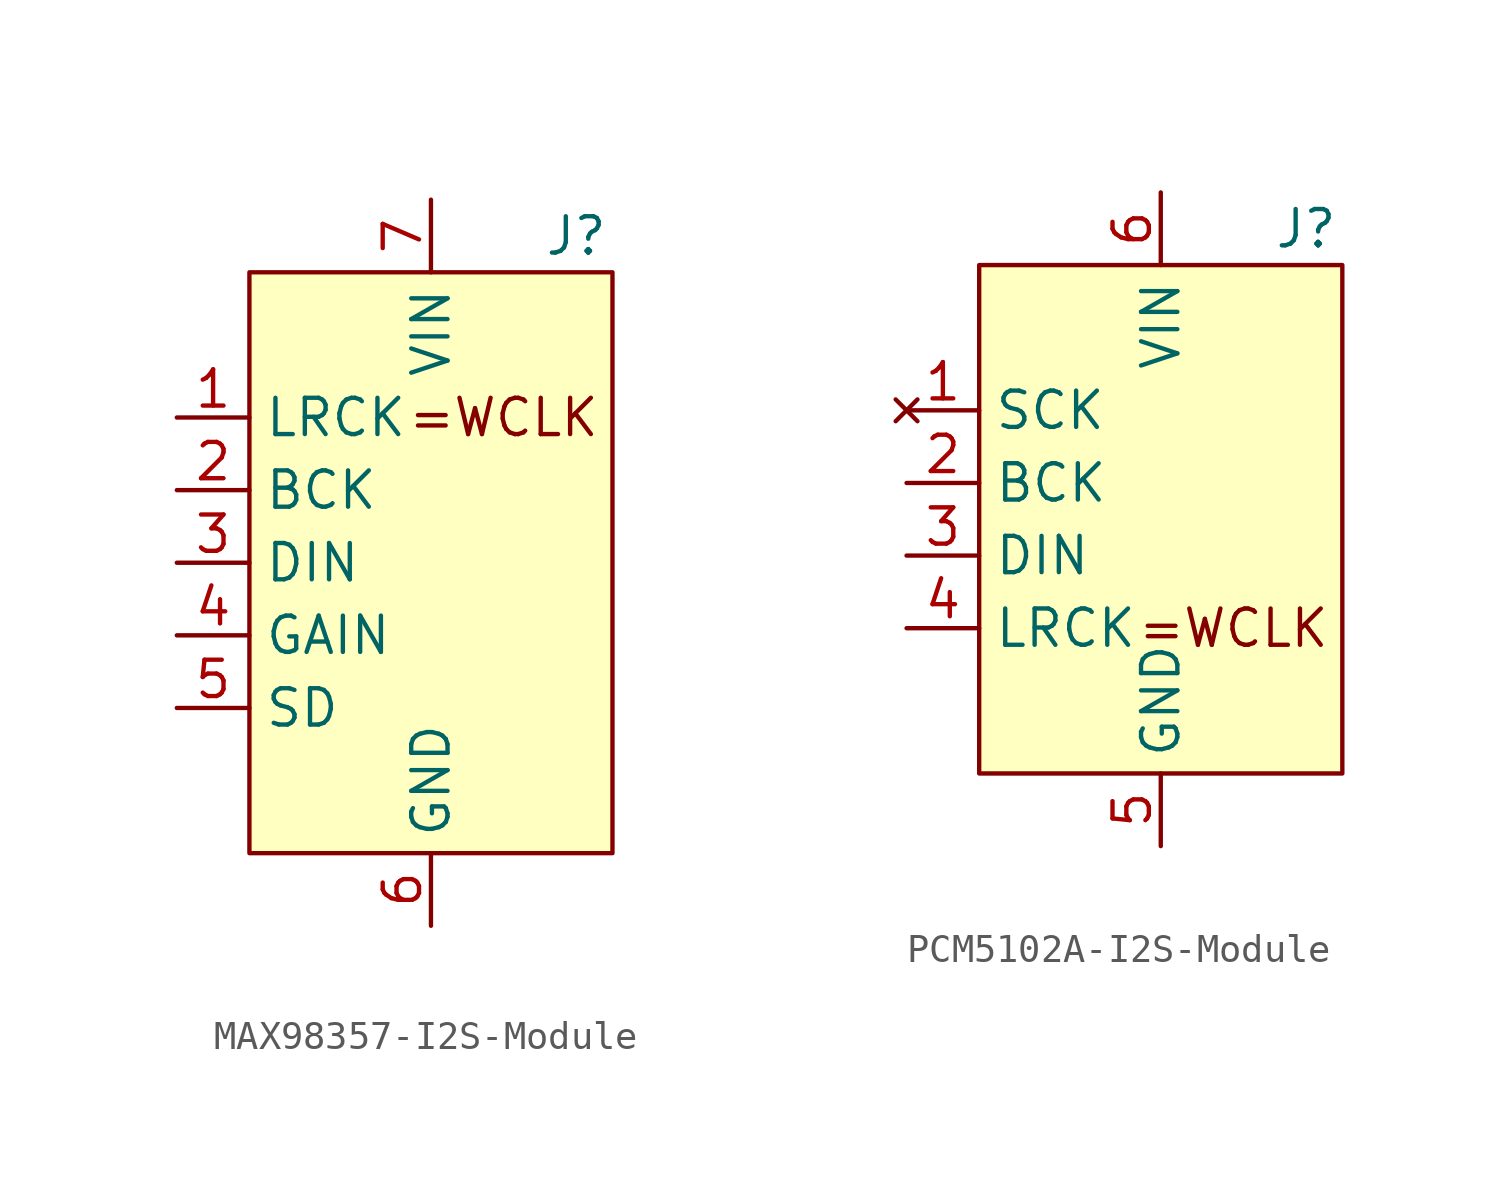
<source format=kicad_sym>
(kicad_symbol_lib
  (version 20220914)
  (generator kicad_symbol_editor)
  (symbol "MAX98357-I2S-Module"
    (property "Reference" "J"
      (at 5.08 11.43 0)
      (effects (font (size 1.27 1.27))))
    (property "Value" ""
      (at -6.35 8.89 0)
      (effects (font (size 1.27 1.27))))
    (symbol "MAX98357-I2S-Module_1_1"
      (rectangle (start -6.35 10.16) (end 6.35 -10.16) (stroke (width 0) (type default)) (fill (type background)))
      (text "=WCLK" (at 2.54 5.08 0) (effects (font (size 1.27 1.27))))
      (pin input line (at -8.89 5.08 0) (length 2.54) (name "LRCK" (effects (font (size 1.27 1.27)))) (number "1" (effects (font (size 1.27 1.27)))))
      (pin input line (at -8.89 2.54 0) (length 2.54) (name "BCK" (effects (font (size 1.27 1.27)))) (number "2" (effects (font (size 1.27 1.27)))))
      (pin input line (at -8.89 0 0) (length 2.54) (name "DIN" (effects (font (size 1.27 1.27)))) (number "3" (effects (font (size 1.27 1.27)))))
      (pin input line (at -8.89 -2.54 0) (length 2.54) (name "GAIN" (effects (font (size 1.27 1.27)))) (number "4" (effects (font (size 1.27 1.27)))))
      (pin input line (at -8.89 -5.08 0) (length 2.54) (name "SD" (effects (font (size 1.27 1.27)))) (number "5" (effects (font (size 1.27 1.27)))))
      (pin power_in line (at 0 -12.7 90) (length 2.54) (name "GND" (effects (font (size 1.27 1.27)))) (number "6" (effects (font (size 1.27 1.27)))))
      (pin power_in line (at 0 12.7 270) (length 2.54) (name "VIN" (effects (font (size 1.27 1.27)))) (number "7" (effects (font (size 1.27 1.27)))))
      (pin no_connect line (at 8.89 1.27 180) (length 2.54) hide (name "OUT-" (effects (font (size 1.27 1.27)))) (number "8" (effects (font (size 1.27 1.27)))))
      (pin no_connect line (at 8.89 -1.27 180) (length 2.54) hide (name "OUT+" (effects (font (size 1.27 1.27)))) (number "9" (effects (font (size 1.27 1.27)))))))
  (symbol "PCM5102A-I2S-Module"
    (property "Reference" "J"
      (at 5.08 10.16 0)
      (effects (font (size 1.27 1.27))))
    (property "Value" ""
      (at -6.35 8.89 0)
      (effects (font (size 1.27 1.27))))
    (symbol "PCM5102A-I2S-Module_1_1"
      (rectangle (start -6.35 8.89) (end 6.35 -8.89) (stroke (width 0) (type default)) (fill (type background)))
      (text "=WCLK" (at 2.54 -3.81 0) (effects (font (size 1.27 1.27))))
      (pin no_connect line (at -8.89 3.81 0) (length 2.54) (name "SCK" (effects (font (size 1.27 1.27)))) (number "1" (effects (font (size 1.27 1.27)))))
      (pin input line (at -8.89 1.27 0) (length 2.54) (name "BCK" (effects (font (size 1.27 1.27)))) (number "2" (effects (font (size 1.27 1.27)))))
      (pin input line (at -8.89 -1.27 0) (length 2.54) (name "DIN" (effects (font (size 1.27 1.27)))) (number "3" (effects (font (size 1.27 1.27)))))
      (pin input line (at -8.89 -3.81 0) (length 2.54) (name "LRCK" (effects (font (size 1.27 1.27)))) (number "4" (effects (font (size 1.27 1.27)))))
      (pin power_in line (at 0 -11.43 90) (length 2.54) (name "GND" (effects (font (size 1.27 1.27)))) (number "5" (effects (font (size 1.27 1.27)))))
      (pin power_in line (at 0 11.43 270) (length 2.54) (name "VIN" (effects (font (size 1.27 1.27)))) (number "6" (effects (font (size 1.27 1.27))))))))
</source>
